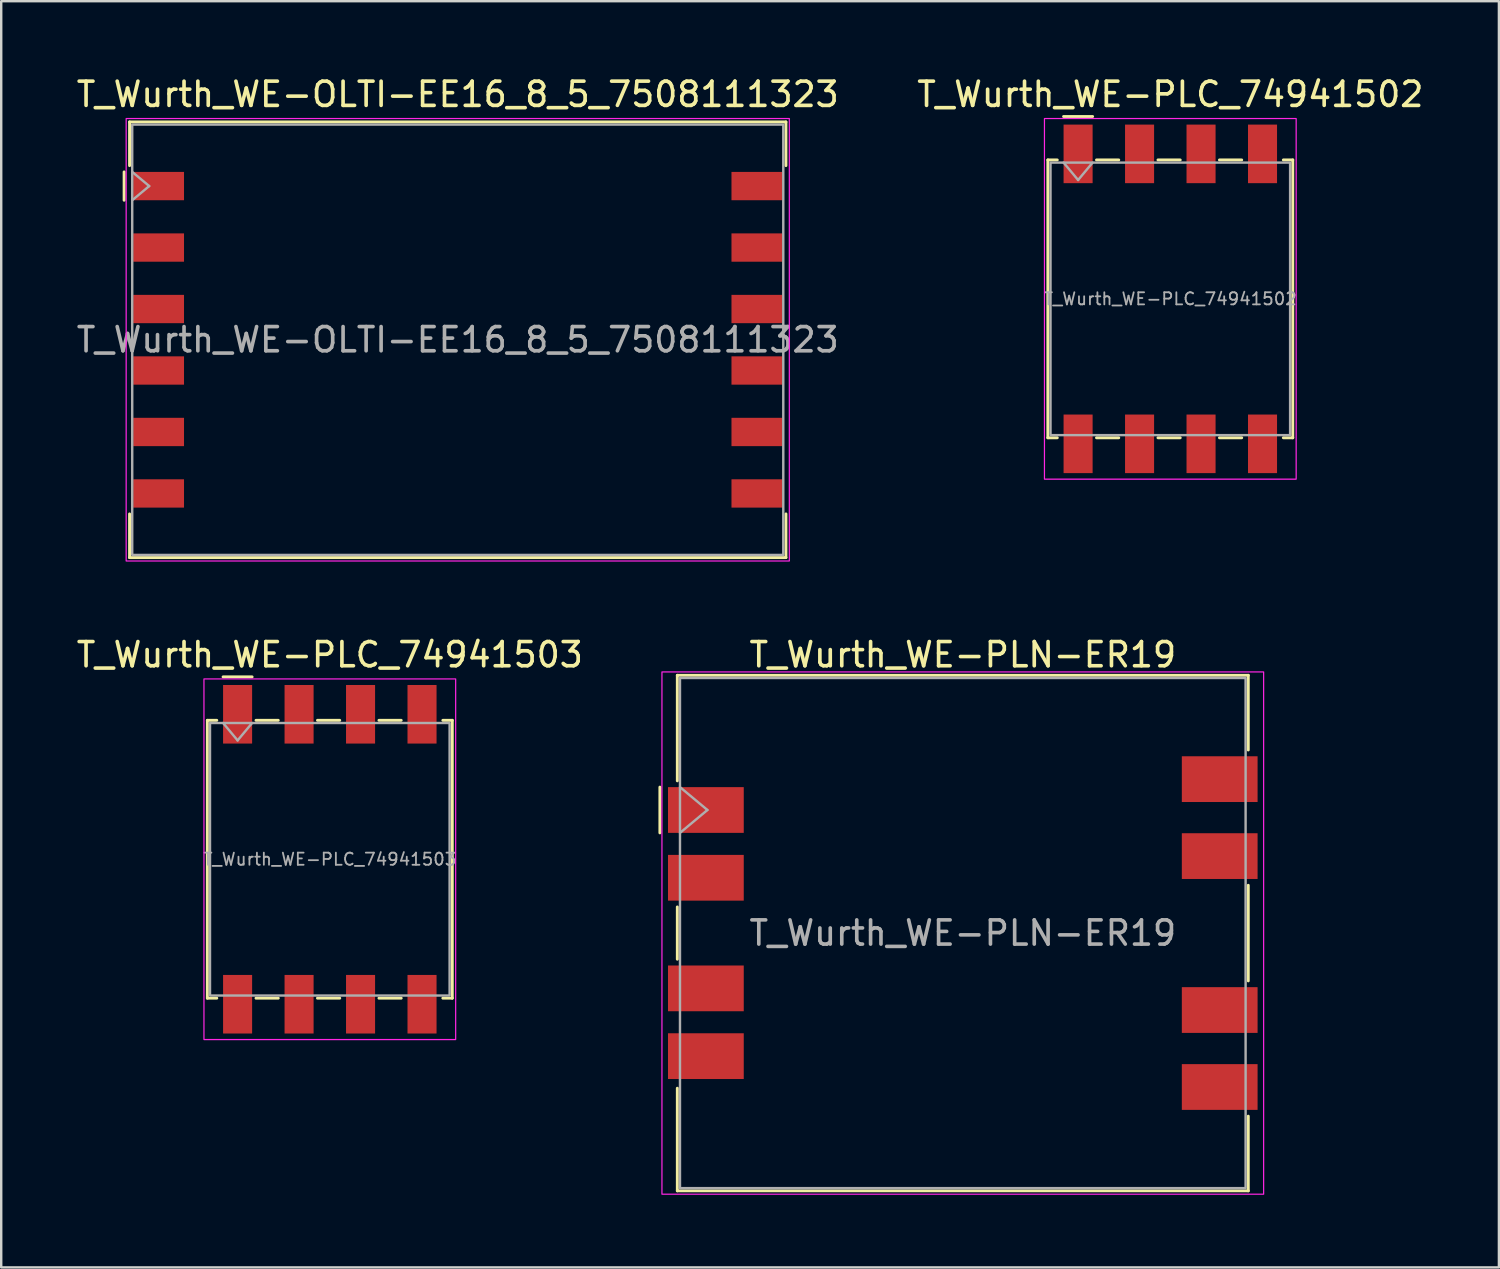
<source format=kicad_pcb>
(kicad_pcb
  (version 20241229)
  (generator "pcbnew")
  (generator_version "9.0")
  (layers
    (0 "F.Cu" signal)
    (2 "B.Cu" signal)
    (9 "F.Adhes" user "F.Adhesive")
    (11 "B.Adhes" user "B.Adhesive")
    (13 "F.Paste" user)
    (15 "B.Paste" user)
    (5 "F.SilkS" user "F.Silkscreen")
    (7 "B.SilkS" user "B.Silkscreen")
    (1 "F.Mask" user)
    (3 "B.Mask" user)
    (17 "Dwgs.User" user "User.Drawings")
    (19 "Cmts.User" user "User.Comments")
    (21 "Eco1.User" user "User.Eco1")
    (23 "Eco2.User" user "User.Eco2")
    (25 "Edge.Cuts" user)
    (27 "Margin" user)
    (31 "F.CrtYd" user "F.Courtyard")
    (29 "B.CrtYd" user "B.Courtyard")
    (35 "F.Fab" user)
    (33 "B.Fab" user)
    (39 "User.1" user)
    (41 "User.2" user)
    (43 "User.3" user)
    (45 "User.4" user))
  (footprint "T_Wurth_WE-PLN-ER19"
    (layer "F.Cu")
    (at 36.73 35.502)
    (property "Reference" "T_Wurth_WE-PLN-ER19" (at 0 -11.5 0) (unlocked yes) (layer "F.SilkS") (effects (font (size 1 1) (thickness 0.15))))
    (attr smd)
    (fp_line (start -12.515 -6.03) (end -12.515 -4.14) (stroke (width 0.12) (type solid)) (layer "F.SilkS"))
    (fp_line (start -11.795 -10.65) (end -11.795 -6.29) (stroke (width 0.12) (type default)) (layer "F.SilkS"))
    (fp_line (start -11.795 -1.08) (end -11.795 1.08) (stroke (width 0.12) (type default)) (layer "F.SilkS"))
    (fp_line (start -11.795 10.65) (end -11.795 6.41) (stroke (width 0.12) (type default)) (layer "F.SilkS"))
    (fp_line (start -11.795 10.65) (end 11.795 10.65) (stroke (width 0.12) (type default)) (layer "F.SilkS"))
    (fp_line (start 11.795 -10.65) (end -11.795 -10.65) (stroke (width 0.12) (type default)) (layer "F.SilkS"))
    (fp_line (start 11.795 -10.65) (end 11.795 -7.565) (stroke (width 0.12) (type default)) (layer "F.SilkS"))
    (fp_line (start 11.795 1.975) (end 11.795 -1.975) (stroke (width 0.12) (type default)) (layer "F.SilkS"))
    (fp_line (start 11.795 10.65) (end 11.795 7.565) (stroke (width 0.12) (type default)) (layer "F.SilkS"))
    (fp_rect (start -12.43 10.79) (end 12.43 -10.79) (stroke (width 0.05) (type solid)) (fill no) (layer "F.CrtYd"))
    (fp_line (start -11.685 -6.03) (end -10.551 -5.085) (stroke (width 0.1) (type solid)) (layer "F.Fab"))
    (fp_line (start -11.685 -4.14) (end -10.551 -5.085) (stroke (width 0.1) (type solid)) (layer "F.Fab"))
    (fp_rect (start -11.685 10.54) (end 11.685 -10.54) (stroke (width 0.1) (type solid)) (fill no) (layer "F.Fab"))
    (fp_text user "${REFERENCE}" (at 0 0 0) (unlocked yes) (layer "F.Fab") (effects (font (size 1 1) (thickness 0.15))))
    (pad "2" smd rect (at -10.615 -5.085 90) (size 1.89 3.13) (layers "F.Cu" "F.Mask" "F.Paste"))
    (pad "3" smd rect (at -10.615 -2.285 90) (size 1.89 3.13) (layers "F.Cu" "F.Mask" "F.Paste"))
    (pad "4" smd rect (at -10.615 2.285 90) (size 1.89 3.13) (layers "F.Cu" "F.Mask" "F.Paste"))
    (pad "5" smd rect (at -10.615 5.085 90) (size 1.89 3.13) (layers "F.Cu" "F.Mask" "F.Paste"))
    (pad "7" smd rect (at 10.615 6.36 90) (size 1.89 3.13) (layers "F.Cu" "F.Mask" "F.Paste"))
    (pad "8" smd rect (at 10.615 3.18 90) (size 1.89 3.13) (layers "F.Cu" "F.Mask" "F.Paste"))
    (pad "10" smd rect (at 10.615 -3.18 90) (size 1.89 3.13) (layers "F.Cu" "F.Mask" "F.Paste"))
    (pad "11" smd rect (at 10.615 -6.36 90) (size 1.89 3.13) (layers "F.Cu" "F.Mask" "F.Paste")))
  (footprint "T_Wurth_WE-PLC_74941503"
    (layer "F.Cu")
    (at 10.577 32.452)
    (property "Reference" "T_Wurth_WE-PLC_74941503" (at 0 -8.45 0) (unlocked yes) (layer "F.SilkS") (effects (font (size 1 1) (thickness 0.15))))
    (attr smd)
    (fp_line (start -5.06 -5.74) (end -4.67 -5.74) (stroke (width 0.12) (type default)) (layer "F.SilkS"))
    (fp_line (start -5.06 5.74) (end -5.06 -5.74) (stroke (width 0.12) (type default)) (layer "F.SilkS"))
    (fp_line (start -4.67 5.74) (end -5.06 5.74) (stroke (width 0.12) (type default)) (layer "F.SilkS"))
    (fp_line (start -4.41 -7.535) (end -3.21 -7.535) (stroke (width 0.12) (type solid)) (layer "F.SilkS"))
    (fp_line (start -3.05 -5.74) (end -2.13 -5.74) (stroke (width 0.12) (type default)) (layer "F.SilkS"))
    (fp_line (start -3.05 5.74) (end -2.13 5.74) (stroke (width 0.12) (type default)) (layer "F.SilkS"))
    (fp_line (start -0.51 -5.74) (end 0.41 -5.74) (stroke (width 0.12) (type default)) (layer "F.SilkS"))
    (fp_line (start -0.51 5.74) (end 0.41 5.74) (stroke (width 0.12) (type default)) (layer "F.SilkS"))
    (fp_line (start 2.03 -5.74) (end 2.95 -5.74) (stroke (width 0.12) (type default)) (layer "F.SilkS"))
    (fp_line (start 2.03 5.74) (end 2.95 5.74) (stroke (width 0.12) (type default)) (layer "F.SilkS"))
    (fp_line (start 5.06 -5.74) (end 4.67 -5.74) (stroke (width 0.12) (type default)) (layer "F.SilkS"))
    (fp_line (start 5.06 -5.74) (end 5.06 5.74) (stroke (width 0.12) (type default)) (layer "F.SilkS"))
    (fp_line (start 5.06 5.74) (end 4.67 5.74) (stroke (width 0.12) (type default)) (layer "F.SilkS"))
    (fp_rect (start -5.2 -7.45) (end 5.2 7.45) (stroke (width 0.05) (type solid)) (fill no) (layer "F.CrtYd"))
    (fp_line (start -4.41 -5.63) (end -3.81 -4.91) (stroke (width 0.1) (type solid)) (layer "F.Fab"))
    (fp_line (start -3.21 -5.63) (end -3.81 -4.91) (stroke (width 0.1) (type solid)) (layer "F.Fab"))
    (fp_rect (start -4.95 -5.63) (end 4.95 5.63) (stroke (width 0.1) (type solid)) (fill no) (layer "F.Fab"))
    (fp_text user "${REFERENCE}" (at 0 0 0) (unlocked yes) (layer "F.Fab") (effects (font (size 0.5 0.5) (thickness 0.075))))
    (pad "1" smd rect (at -3.81 -5.99) (size 1.2 2.42) (layers "F.Cu" "F.Mask" "F.Paste"))
    (pad "2" smd rect (at -1.27 -5.99) (size 1.2 2.42) (layers "F.Cu" "F.Mask" "F.Paste"))
    (pad "3" smd rect (at 1.27 -5.99) (size 1.2 2.42) (layers "F.Cu" "F.Mask" "F.Paste"))
    (pad "4" smd rect (at 3.81 -5.99) (size 1.2 2.42) (layers "F.Cu" "F.Mask" "F.Paste"))
    (pad "5" smd rect (at 3.81 5.99) (size 1.2 2.42) (layers "F.Cu" "F.Mask" "F.Paste"))
    (pad "6" smd rect (at 1.27 5.99) (size 1.2 2.42) (layers "F.Cu" "F.Mask" "F.Paste"))
    (pad "7" smd rect (at -1.27 5.99) (size 1.2 2.42) (layers "F.Cu" "F.Mask" "F.Paste"))
    (pad "8" smd rect (at -3.81 5.99) (size 1.2 2.42) (layers "F.Cu" "F.Mask" "F.Paste")))
  (footprint "T_Wurth_WE-PLC_74941502"
    (layer "F.Cu")
    (at 45.304 9.298)
    (property "Reference" "T_Wurth_WE-PLC_74941502" (at 0 -8.45 0) (unlocked yes) (layer "F.SilkS") (effects (font (size 1 1) (thickness 0.15))))
    (attr smd)
    (fp_line (start -5.06 -5.74) (end -4.67 -5.74) (stroke (width 0.12) (type default)) (layer "F.SilkS"))
    (fp_line (start -5.06 5.74) (end -5.06 -5.74) (stroke (width 0.12) (type default)) (layer "F.SilkS"))
    (fp_line (start -4.67 5.74) (end -5.06 5.74) (stroke (width 0.12) (type default)) (layer "F.SilkS"))
    (fp_line (start -4.41 -7.535) (end -3.21 -7.535) (stroke (width 0.12) (type solid)) (layer "F.SilkS"))
    (fp_line (start -3.05 -5.74) (end -2.13 -5.74) (stroke (width 0.12) (type default)) (layer "F.SilkS"))
    (fp_line (start -3.05 5.74) (end -2.13 5.74) (stroke (width 0.12) (type default)) (layer "F.SilkS"))
    (fp_line (start -0.51 -5.74) (end 0.41 -5.74) (stroke (width 0.12) (type default)) (layer "F.SilkS"))
    (fp_line (start -0.51 5.74) (end 0.41 5.74) (stroke (width 0.12) (type default)) (layer "F.SilkS"))
    (fp_line (start 2.03 -5.74) (end 2.95 -5.74) (stroke (width 0.12) (type default)) (layer "F.SilkS"))
    (fp_line (start 2.03 5.74) (end 2.95 5.74) (stroke (width 0.12) (type default)) (layer "F.SilkS"))
    (fp_line (start 5.06 -5.74) (end 4.67 -5.74) (stroke (width 0.12) (type default)) (layer "F.SilkS"))
    (fp_line (start 5.06 -5.74) (end 5.06 5.74) (stroke (width 0.12) (type default)) (layer "F.SilkS"))
    (fp_line (start 5.06 5.74) (end 4.67 5.74) (stroke (width 0.12) (type default)) (layer "F.SilkS"))
    (fp_rect (start -5.2 -7.45) (end 5.2 7.45) (stroke (width 0.05) (type solid)) (fill no) (layer "F.CrtYd"))
    (fp_line (start -4.41 -5.63) (end -3.81 -4.91) (stroke (width 0.1) (type solid)) (layer "F.Fab"))
    (fp_line (start -3.21 -5.63) (end -3.81 -4.91) (stroke (width 0.1) (type solid)) (layer "F.Fab"))
    (fp_rect (start -4.95 -5.63) (end 4.95 5.63) (stroke (width 0.1) (type solid)) (fill no) (layer "F.Fab"))
    (fp_text user "${REFERENCE}" (at 0 0 0) (unlocked yes) (layer "F.Fab") (effects (font (size 0.5 0.5) (thickness 0.075))))
    (pad "1" smd rect (at -3.81 -5.99) (size 1.2 2.42) (layers "F.Cu" "F.Mask" "F.Paste"))
    (pad "2" smd rect (at -1.27 -5.99) (size 1.2 2.42) (layers "F.Cu" "F.Mask" "F.Paste"))
    (pad "3" smd rect (at 1.27 -5.99) (size 1.2 2.42) (layers "F.Cu" "F.Mask" "F.Paste"))
    (pad "4" smd rect (at 3.81 -5.99) (size 1.2 2.42) (layers "F.Cu" "F.Mask" "F.Paste"))
    (pad "5" smd rect (at 3.81 5.99) (size 1.2 2.42) (layers "F.Cu" "F.Mask" "F.Paste"))
    (pad "6" smd rect (at 1.27 5.99) (size 1.2 2.42) (layers "F.Cu" "F.Mask" "F.Paste"))
    (pad "7" smd rect (at -1.27 5.99) (size 1.2 2.42) (layers "F.Cu" "F.Mask" "F.Paste"))
    (pad "8" smd rect (at -3.81 5.99) (size 1.2 2.42) (layers "F.Cu" "F.Mask" "F.Paste")))
  (footprint "T_Wurth_WE-OLTI-EE16_8_5_7508111323"
    (layer "F.Cu")
    (at 15.863 10.988)
    (property "Reference" "T_Wurth_WE-OLTI-EE16_8_5_7508111323" (at 0 -10.14 0) (unlocked yes) (layer "F.SilkS") (effects (font (size 1 1) (thickness 0.15))))
    (attr smd)
    (fp_line (start -13.785 -6.935) (end -13.785 -5.765) (stroke (width 0.12) (type solid)) (layer "F.SilkS"))
    (fp_line (start -13.56 -9) (end -13.56 -7.195) (stroke (width 0.12) (type solid)) (layer "F.SilkS"))
    (fp_line (start -13.56 -9) (end 13.56 -9) (stroke (width 0.12) (type solid)) (layer "F.SilkS"))
    (fp_line (start -13.56 9) (end -13.56 7.195) (stroke (width 0.12) (type solid)) (layer "F.SilkS"))
    (fp_line (start -13.56 9) (end 13.56 9) (stroke (width 0.12) (type solid)) (layer "F.SilkS"))
    (fp_line (start 13.56 -9) (end 13.56 -7.195) (stroke (width 0.12) (type solid)) (layer "F.SilkS"))
    (fp_line (start 13.56 9) (end 13.56 7.195) (stroke (width 0.12) (type solid)) (layer "F.SilkS"))
    (fp_rect (start -13.7 -9.14) (end 13.7 9.14) (stroke (width 0.05) (type solid)) (fill no) (layer "F.CrtYd"))
    (fp_line (start -13.45 -6.935) (end -12.748 -6.35) (stroke (width 0.1) (type solid)) (layer "F.Fab"))
    (fp_line (start -13.45 -5.765) (end -12.748 -6.35) (stroke (width 0.1) (type solid)) (layer "F.Fab"))
    (fp_rect (start -13.45 -8.89) (end 13.45 8.89) (stroke (width 0.1) (type solid)) (fill no) (layer "F.Fab"))
    (fp_text user "${REFERENCE}" (at 0 0 0) (unlocked yes) (layer "F.Fab") (effects (font (size 1 1) (thickness 0.15))))
    (pad "1" smd rect (at -12.36 -6.35) (size 2.1 1.17) (layers "F.Cu" "F.Mask" "F.Paste"))
    (pad "2" smd rect (at -12.36 -3.81) (size 2.1 1.17) (layers "F.Cu" "F.Mask" "F.Paste"))
    (pad "3" smd rect (at -12.36 -1.27) (size 2.1 1.17) (layers "F.Cu" "F.Mask" "F.Paste"))
    (pad "4" smd rect (at -12.36 1.27) (size 2.1 1.17) (layers "F.Cu" "F.Mask" "F.Paste"))
    (pad "5" smd rect (at -12.36 3.81) (size 2.1 1.17) (layers "F.Cu" "F.Mask" "F.Paste"))
    (pad "6" smd rect (at -12.36 6.35) (size 2.1 1.17) (layers "F.Cu" "F.Mask" "F.Paste"))
    (pad "7" smd rect (at 12.36 6.35) (size 2.1 1.17) (layers "F.Cu" "F.Mask" "F.Paste"))
    (pad "8" smd rect (at 12.36 3.81) (size 2.1 1.17) (layers "F.Cu" "F.Mask" "F.Paste"))
    (pad "9" smd rect (at 12.36 1.27) (size 2.1 1.17) (layers "F.Cu" "F.Mask" "F.Paste"))
    (pad "10" smd rect (at 12.36 -1.27) (size 2.1 1.17) (layers "F.Cu" "F.Mask" "F.Paste"))
    (pad "11" smd rect (at 12.36 -3.81) (size 2.1 1.17) (layers "F.Cu" "F.Mask" "F.Paste"))
    (pad "12" smd rect (at 12.36 -6.35) (size 2.1 1.17) (layers "F.Cu" "F.Mask" "F.Paste")))
  (gr_rect
    (start -3 -3)
    (end 58.881 49.316)
    (stroke (width 0.1) (type default))
    (fill no)
    (layer "Edge.Cuts")))
</source>
